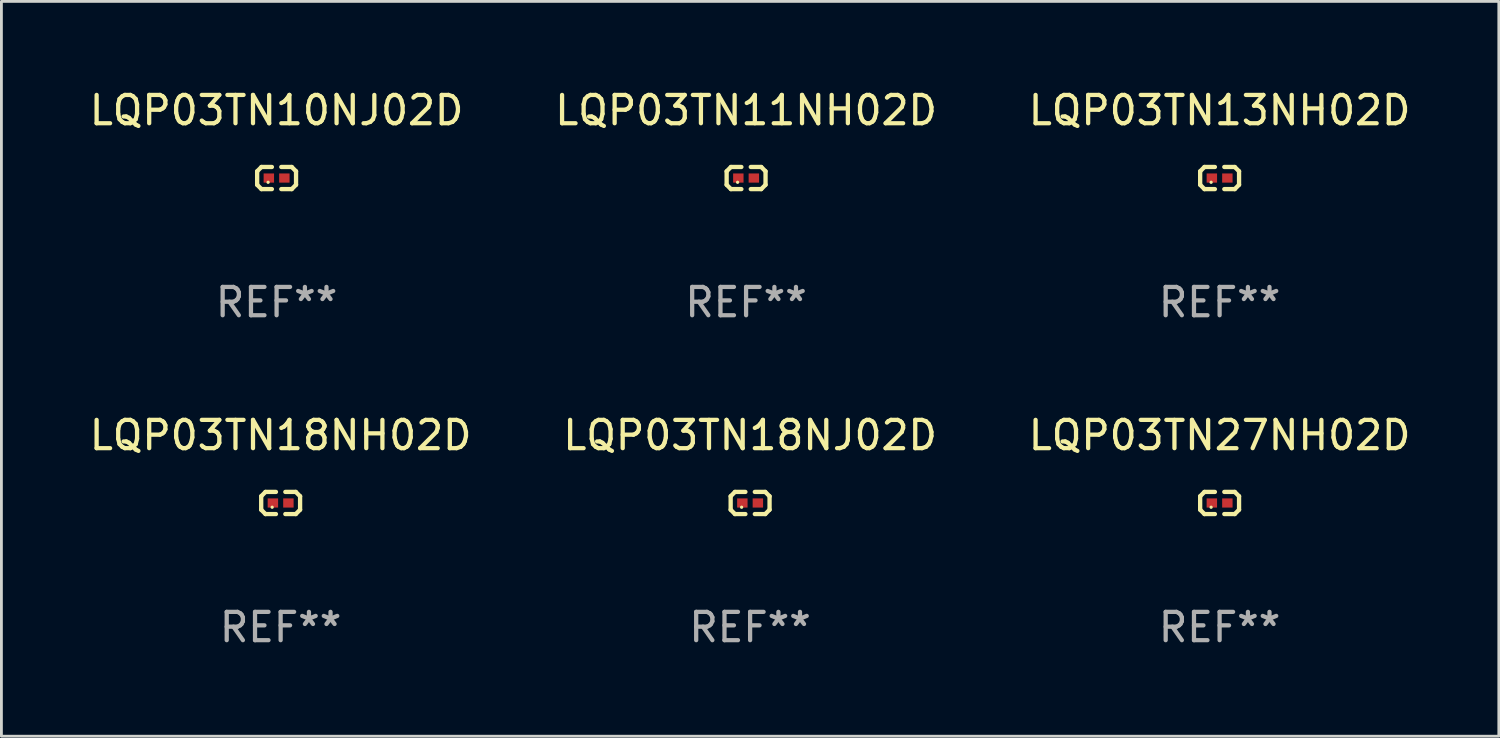
<source format=kicad_pcb>
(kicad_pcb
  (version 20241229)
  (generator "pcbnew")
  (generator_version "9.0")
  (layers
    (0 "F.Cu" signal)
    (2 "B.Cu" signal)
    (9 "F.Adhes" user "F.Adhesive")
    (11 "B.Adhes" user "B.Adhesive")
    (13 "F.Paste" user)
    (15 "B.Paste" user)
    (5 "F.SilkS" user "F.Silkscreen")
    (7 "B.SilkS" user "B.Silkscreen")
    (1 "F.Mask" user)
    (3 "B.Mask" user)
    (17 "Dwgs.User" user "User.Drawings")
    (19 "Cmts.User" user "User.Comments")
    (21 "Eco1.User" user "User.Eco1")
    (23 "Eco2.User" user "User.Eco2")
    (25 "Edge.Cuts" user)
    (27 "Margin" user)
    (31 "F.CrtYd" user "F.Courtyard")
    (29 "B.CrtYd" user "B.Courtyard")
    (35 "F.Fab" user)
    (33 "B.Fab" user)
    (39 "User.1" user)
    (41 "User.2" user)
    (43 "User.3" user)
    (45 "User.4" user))
  (footprint "LQP03TN11NH02D"
    (layer "F.Cu")
    (at 23.304 3.239)
    (property "Reference" "LQP03TN11NH02D" (at 0 -2.391 0) (layer "F.SilkS") (effects (font (size 1 1) (thickness 0.15))))
    (attr through_hole)
    (fp_line (start -0.687 -0.238) (end -0.535 -0.391) (stroke (width 0.152) (type solid)) (layer "F.SilkS"))
    (fp_line (start -0.687 0.238) (end -0.687 -0.238) (stroke (width 0.152) (type solid)) (layer "F.SilkS"))
    (fp_line (start -0.535 -0.391) (end -0.166 -0.391) (stroke (width 0.152) (type solid)) (layer "F.SilkS"))
    (fp_line (start -0.535 0.391) (end -0.687 0.238) (stroke (width 0.152) (type solid)) (layer "F.SilkS"))
    (fp_line (start -0.166 0.391) (end -0.535 0.391) (stroke (width 0.152) (type solid)) (layer "F.SilkS"))
    (fp_line (start 0.166 0.391) (end 0.535 0.391) (stroke (width 0.152) (type solid)) (layer "F.SilkS"))
    (fp_line (start 0.535 -0.391) (end 0.166 -0.391) (stroke (width 0.152) (type solid)) (layer "F.SilkS"))
    (fp_line (start 0.535 0.391) (end 0.687 0.238) (stroke (width 0.152) (type solid)) (layer "F.SilkS"))
    (fp_line (start 0.687 -0.238) (end 0.535 -0.391) (stroke (width 0.152) (type solid)) (layer "F.SilkS"))
    (fp_line (start 0.687 0.238) (end 0.687 -0.238) (stroke (width 0.152) (type solid)) (layer "F.SilkS"))
    (fp_circle (center -0.3 0.15) (end -0.27 0.15) (stroke (width 0.06) (type solid)) (fill no) (layer "F.SilkS"))
    (fp_text user "REF**" (at 0 4.391 0) (layer "F.Fab") (effects (font (size 1 1) (thickness 0.15))))
    (pad "1" smd rect (at -0.274 0) (size 0.368 0.324) (layers "F.Cu" "F.Mask" "F.Paste"))
    (pad "2" smd rect (at 0.274 0) (size 0.368 0.324) (layers "F.Cu" "F.Mask" "F.Paste")))
  (footprint "LQP03TN13NH02D"
    (layer "F.Cu")
    (at 40.03 3.239)
    (property "Reference" "LQP03TN13NH02D" (at 0 -2.391 0) (layer "F.SilkS") (effects (font (size 1 1) (thickness 0.15))))
    (attr through_hole)
    (fp_line (start -0.687 -0.238) (end -0.535 -0.391) (stroke (width 0.152) (type solid)) (layer "F.SilkS"))
    (fp_line (start -0.687 0.238) (end -0.687 -0.238) (stroke (width 0.152) (type solid)) (layer "F.SilkS"))
    (fp_line (start -0.535 -0.391) (end -0.166 -0.391) (stroke (width 0.152) (type solid)) (layer "F.SilkS"))
    (fp_line (start -0.535 0.391) (end -0.687 0.238) (stroke (width 0.152) (type solid)) (layer "F.SilkS"))
    (fp_line (start -0.166 0.391) (end -0.535 0.391) (stroke (width 0.152) (type solid)) (layer "F.SilkS"))
    (fp_line (start 0.166 0.391) (end 0.535 0.391) (stroke (width 0.152) (type solid)) (layer "F.SilkS"))
    (fp_line (start 0.535 -0.391) (end 0.166 -0.391) (stroke (width 0.152) (type solid)) (layer "F.SilkS"))
    (fp_line (start 0.535 0.391) (end 0.687 0.238) (stroke (width 0.152) (type solid)) (layer "F.SilkS"))
    (fp_line (start 0.687 -0.238) (end 0.535 -0.391) (stroke (width 0.152) (type solid)) (layer "F.SilkS"))
    (fp_line (start 0.687 0.238) (end 0.687 -0.238) (stroke (width 0.152) (type solid)) (layer "F.SilkS"))
    (fp_circle (center -0.3 0.15) (end -0.27 0.15) (stroke (width 0.06) (type solid)) (fill no) (layer "F.SilkS"))
    (fp_text user "REF**" (at 0 4.391 0) (layer "F.Fab") (effects (font (size 1 1) (thickness 0.15))))
    (pad "1" smd rect (at -0.274 0) (size 0.368 0.324) (layers "F.Cu" "F.Mask" "F.Paste"))
    (pad "2" smd rect (at 0.274 0) (size 0.368 0.324) (layers "F.Cu" "F.Mask" "F.Paste")))
  (footprint "LQP03TN18NJ02D"
    (layer "F.Cu")
    (at 23.446 14.717)
    (property "Reference" "LQP03TN18NJ02D" (at 0 -2.391 0) (layer "F.SilkS") (effects (font (size 1 1) (thickness 0.15))))
    (attr through_hole)
    (fp_line (start -0.687 -0.238) (end -0.535 -0.391) (stroke (width 0.152) (type solid)) (layer "F.SilkS"))
    (fp_line (start -0.687 0.238) (end -0.687 -0.238) (stroke (width 0.152) (type solid)) (layer "F.SilkS"))
    (fp_line (start -0.535 -0.391) (end -0.166 -0.391) (stroke (width 0.152) (type solid)) (layer "F.SilkS"))
    (fp_line (start -0.535 0.391) (end -0.687 0.238) (stroke (width 0.152) (type solid)) (layer "F.SilkS"))
    (fp_line (start -0.166 0.391) (end -0.535 0.391) (stroke (width 0.152) (type solid)) (layer "F.SilkS"))
    (fp_line (start 0.166 0.391) (end 0.535 0.391) (stroke (width 0.152) (type solid)) (layer "F.SilkS"))
    (fp_line (start 0.535 -0.391) (end 0.166 -0.391) (stroke (width 0.152) (type solid)) (layer "F.SilkS"))
    (fp_line (start 0.535 0.391) (end 0.687 0.238) (stroke (width 0.152) (type solid)) (layer "F.SilkS"))
    (fp_line (start 0.687 -0.238) (end 0.535 -0.391) (stroke (width 0.152) (type solid)) (layer "F.SilkS"))
    (fp_line (start 0.687 0.238) (end 0.687 -0.238) (stroke (width 0.152) (type solid)) (layer "F.SilkS"))
    (fp_circle (center -0.3 0.15) (end -0.27 0.15) (stroke (width 0.06) (type solid)) (fill no) (layer "F.SilkS"))
    (fp_text user "REF**" (at 0 4.391 0) (layer "F.Fab") (effects (font (size 1 1) (thickness 0.15))))
    (pad "1" smd rect (at -0.274 0) (size 0.368 0.324) (layers "F.Cu" "F.Mask" "F.Paste"))
    (pad "2" smd rect (at 0.274 0) (size 0.368 0.324) (layers "F.Cu" "F.Mask" "F.Paste")))
  (footprint "LQP03TN18NH02D"
    (layer "F.Cu")
    (at 6.863 14.717)
    (property "Reference" "LQP03TN18NH02D" (at 0 -2.391 0) (layer "F.SilkS") (effects (font (size 1 1) (thickness 0.15))))
    (attr through_hole)
    (fp_line (start -0.687 -0.238) (end -0.535 -0.391) (stroke (width 0.152) (type solid)) (layer "F.SilkS"))
    (fp_line (start -0.687 0.238) (end -0.687 -0.238) (stroke (width 0.152) (type solid)) (layer "F.SilkS"))
    (fp_line (start -0.535 -0.391) (end -0.166 -0.391) (stroke (width 0.152) (type solid)) (layer "F.SilkS"))
    (fp_line (start -0.535 0.391) (end -0.687 0.238) (stroke (width 0.152) (type solid)) (layer "F.SilkS"))
    (fp_line (start -0.166 0.391) (end -0.535 0.391) (stroke (width 0.152) (type solid)) (layer "F.SilkS"))
    (fp_line (start 0.166 0.391) (end 0.535 0.391) (stroke (width 0.152) (type solid)) (layer "F.SilkS"))
    (fp_line (start 0.535 -0.391) (end 0.166 -0.391) (stroke (width 0.152) (type solid)) (layer "F.SilkS"))
    (fp_line (start 0.535 0.391) (end 0.687 0.238) (stroke (width 0.152) (type solid)) (layer "F.SilkS"))
    (fp_line (start 0.687 -0.238) (end 0.535 -0.391) (stroke (width 0.152) (type solid)) (layer "F.SilkS"))
    (fp_line (start 0.687 0.238) (end 0.687 -0.238) (stroke (width 0.152) (type solid)) (layer "F.SilkS"))
    (fp_circle (center -0.3 0.15) (end -0.27 0.15) (stroke (width 0.06) (type solid)) (fill no) (layer "F.SilkS"))
    (fp_text user "REF**" (at 0 4.391 0) (layer "F.Fab") (effects (font (size 1 1) (thickness 0.15))))
    (pad "1" smd rect (at -0.274 0) (size 0.368 0.324) (layers "F.Cu" "F.Mask" "F.Paste"))
    (pad "2" smd rect (at 0.274 0) (size 0.368 0.324) (layers "F.Cu" "F.Mask" "F.Paste")))
  (footprint "LQP03TN10NJ02D"
    (layer "F.Cu")
    (at 6.72 3.239)
    (property "Reference" "LQP03TN10NJ02D" (at 0 -2.391 0) (layer "F.SilkS") (effects (font (size 1 1) (thickness 0.15))))
    (attr through_hole)
    (fp_line (start -0.687 -0.238) (end -0.535 -0.391) (stroke (width 0.152) (type solid)) (layer "F.SilkS"))
    (fp_line (start -0.687 0.238) (end -0.687 -0.238) (stroke (width 0.152) (type solid)) (layer "F.SilkS"))
    (fp_line (start -0.535 -0.391) (end -0.166 -0.391) (stroke (width 0.152) (type solid)) (layer "F.SilkS"))
    (fp_line (start -0.535 0.391) (end -0.687 0.238) (stroke (width 0.152) (type solid)) (layer "F.SilkS"))
    (fp_line (start -0.166 0.391) (end -0.535 0.391) (stroke (width 0.152) (type solid)) (layer "F.SilkS"))
    (fp_line (start 0.166 0.391) (end 0.535 0.391) (stroke (width 0.152) (type solid)) (layer "F.SilkS"))
    (fp_line (start 0.535 -0.391) (end 0.166 -0.391) (stroke (width 0.152) (type solid)) (layer "F.SilkS"))
    (fp_line (start 0.535 0.391) (end 0.687 0.238) (stroke (width 0.152) (type solid)) (layer "F.SilkS"))
    (fp_line (start 0.687 -0.238) (end 0.535 -0.391) (stroke (width 0.152) (type solid)) (layer "F.SilkS"))
    (fp_line (start 0.687 0.238) (end 0.687 -0.238) (stroke (width 0.152) (type solid)) (layer "F.SilkS"))
    (fp_circle (center -0.3 0.15) (end -0.27 0.15) (stroke (width 0.06) (type solid)) (fill no) (layer "F.SilkS"))
    (fp_text user "REF**" (at 0 4.391 0) (layer "F.Fab") (effects (font (size 1 1) (thickness 0.15))))
    (pad "1" smd rect (at -0.274 0) (size 0.368 0.324) (layers "F.Cu" "F.Mask" "F.Paste"))
    (pad "2" smd rect (at 0.274 0) (size 0.368 0.324) (layers "F.Cu" "F.Mask" "F.Paste")))
  (footprint "LQP03TN27NH02D"
    (layer "F.Cu")
    (at 40.03 14.717)
    (property "Reference" "LQP03TN27NH02D" (at 0 -2.391 0) (layer "F.SilkS") (effects (font (size 1 1) (thickness 0.15))))
    (attr through_hole)
    (fp_line (start -0.687 -0.238) (end -0.535 -0.391) (stroke (width 0.152) (type solid)) (layer "F.SilkS"))
    (fp_line (start -0.687 0.238) (end -0.687 -0.238) (stroke (width 0.152) (type solid)) (layer "F.SilkS"))
    (fp_line (start -0.535 -0.391) (end -0.166 -0.391) (stroke (width 0.152) (type solid)) (layer "F.SilkS"))
    (fp_line (start -0.535 0.391) (end -0.687 0.238) (stroke (width 0.152) (type solid)) (layer "F.SilkS"))
    (fp_line (start -0.166 0.391) (end -0.535 0.391) (stroke (width 0.152) (type solid)) (layer "F.SilkS"))
    (fp_line (start 0.166 0.391) (end 0.535 0.391) (stroke (width 0.152) (type solid)) (layer "F.SilkS"))
    (fp_line (start 0.535 -0.391) (end 0.166 -0.391) (stroke (width 0.152) (type solid)) (layer "F.SilkS"))
    (fp_line (start 0.535 0.391) (end 0.687 0.238) (stroke (width 0.152) (type solid)) (layer "F.SilkS"))
    (fp_line (start 0.687 -0.238) (end 0.535 -0.391) (stroke (width 0.152) (type solid)) (layer "F.SilkS"))
    (fp_line (start 0.687 0.238) (end 0.687 -0.238) (stroke (width 0.152) (type solid)) (layer "F.SilkS"))
    (fp_circle (center -0.3 0.15) (end -0.27 0.15) (stroke (width 0.06) (type solid)) (fill no) (layer "F.SilkS"))
    (fp_text user "REF**" (at 0 4.391 0) (layer "F.Fab") (effects (font (size 1 1) (thickness 0.15))))
    (pad "1" smd rect (at -0.274 0) (size 0.368 0.324) (layers "F.Cu" "F.Mask" "F.Paste"))
    (pad "2" smd rect (at 0.274 0) (size 0.368 0.324) (layers "F.Cu" "F.Mask" "F.Paste")))
  (gr_rect
    (start -3 -3)
    (end 49.893 22.955)
    (stroke (width 0.1) (type default))
    (fill no)
    (layer "Edge.Cuts")))
</source>
